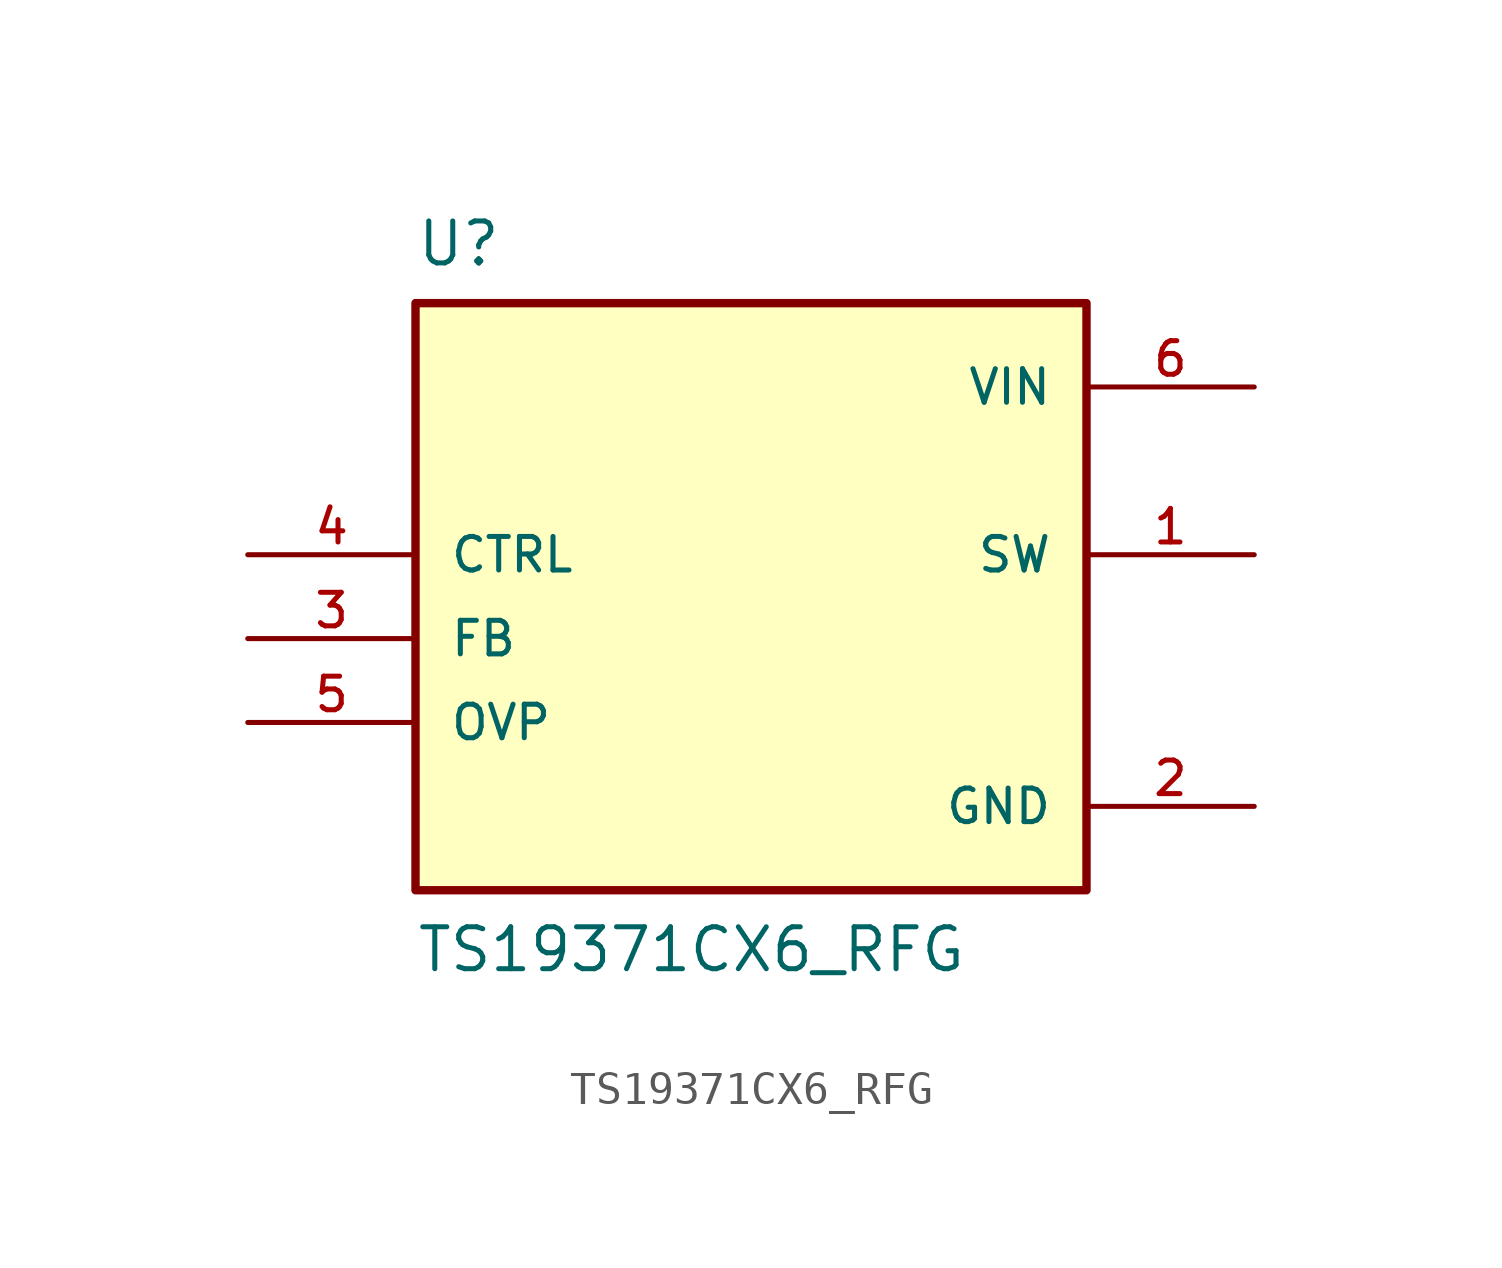
<source format=kicad_sym>
(kicad_symbol_lib
  (version 20211014)
  (generator kicad_symbol_editor)
  (symbol "TS19371CX6_RFG"
    (pin_names
      (offset 1.016))
    (property "Reference" "U"
      (at -10.16 10.16 0)
      (effects (font (size 1.27 1.27)) (justify top left)))
    (property "Value" "TS19371CX6_RFG"
      (at -10.16 -12.7 0)
      (effects (font (size 1.27 1.27)) (justify bottom left)))
    (symbol "TS19371CX6_RFG_0_0"
      (rectangle (start -10.16 -10.16) (end 10.16 7.62) (stroke (width 0.254)) (fill (type background)))
      (pin passive line (at 15.24 0.0 180.0) (length 5.08) (name "SW" (effects (font (size 1.016 1.016)))) (number "1" (effects (font (size 1.016 1.016)))))
      (pin input line (at -15.24 -2.54 0) (length 5.08) (name "FB" (effects (font (size 1.016 1.016)))) (number "3" (effects (font (size 1.016 1.016)))))
      (pin input line (at -15.24 0.0 0) (length 5.08) (name "CTRL" (effects (font (size 1.016 1.016)))) (number "4" (effects (font (size 1.016 1.016)))))
      (pin input line (at -15.24 -5.08 0) (length 5.08) (name "OVP" (effects (font (size 1.016 1.016)))) (number "5" (effects (font (size 1.016 1.016)))))
      (pin power_in line (at 15.24 5.08 180.0) (length 5.08) (name "VIN" (effects (font (size 1.016 1.016)))) (number "6" (effects (font (size 1.016 1.016)))))
      (pin power_in line (at 15.24 -7.62 180.0) (length 5.08) (name "GND" (effects (font (size 1.016 1.016)))) (number "2" (effects (font (size 1.016 1.016))))))))
</source>
